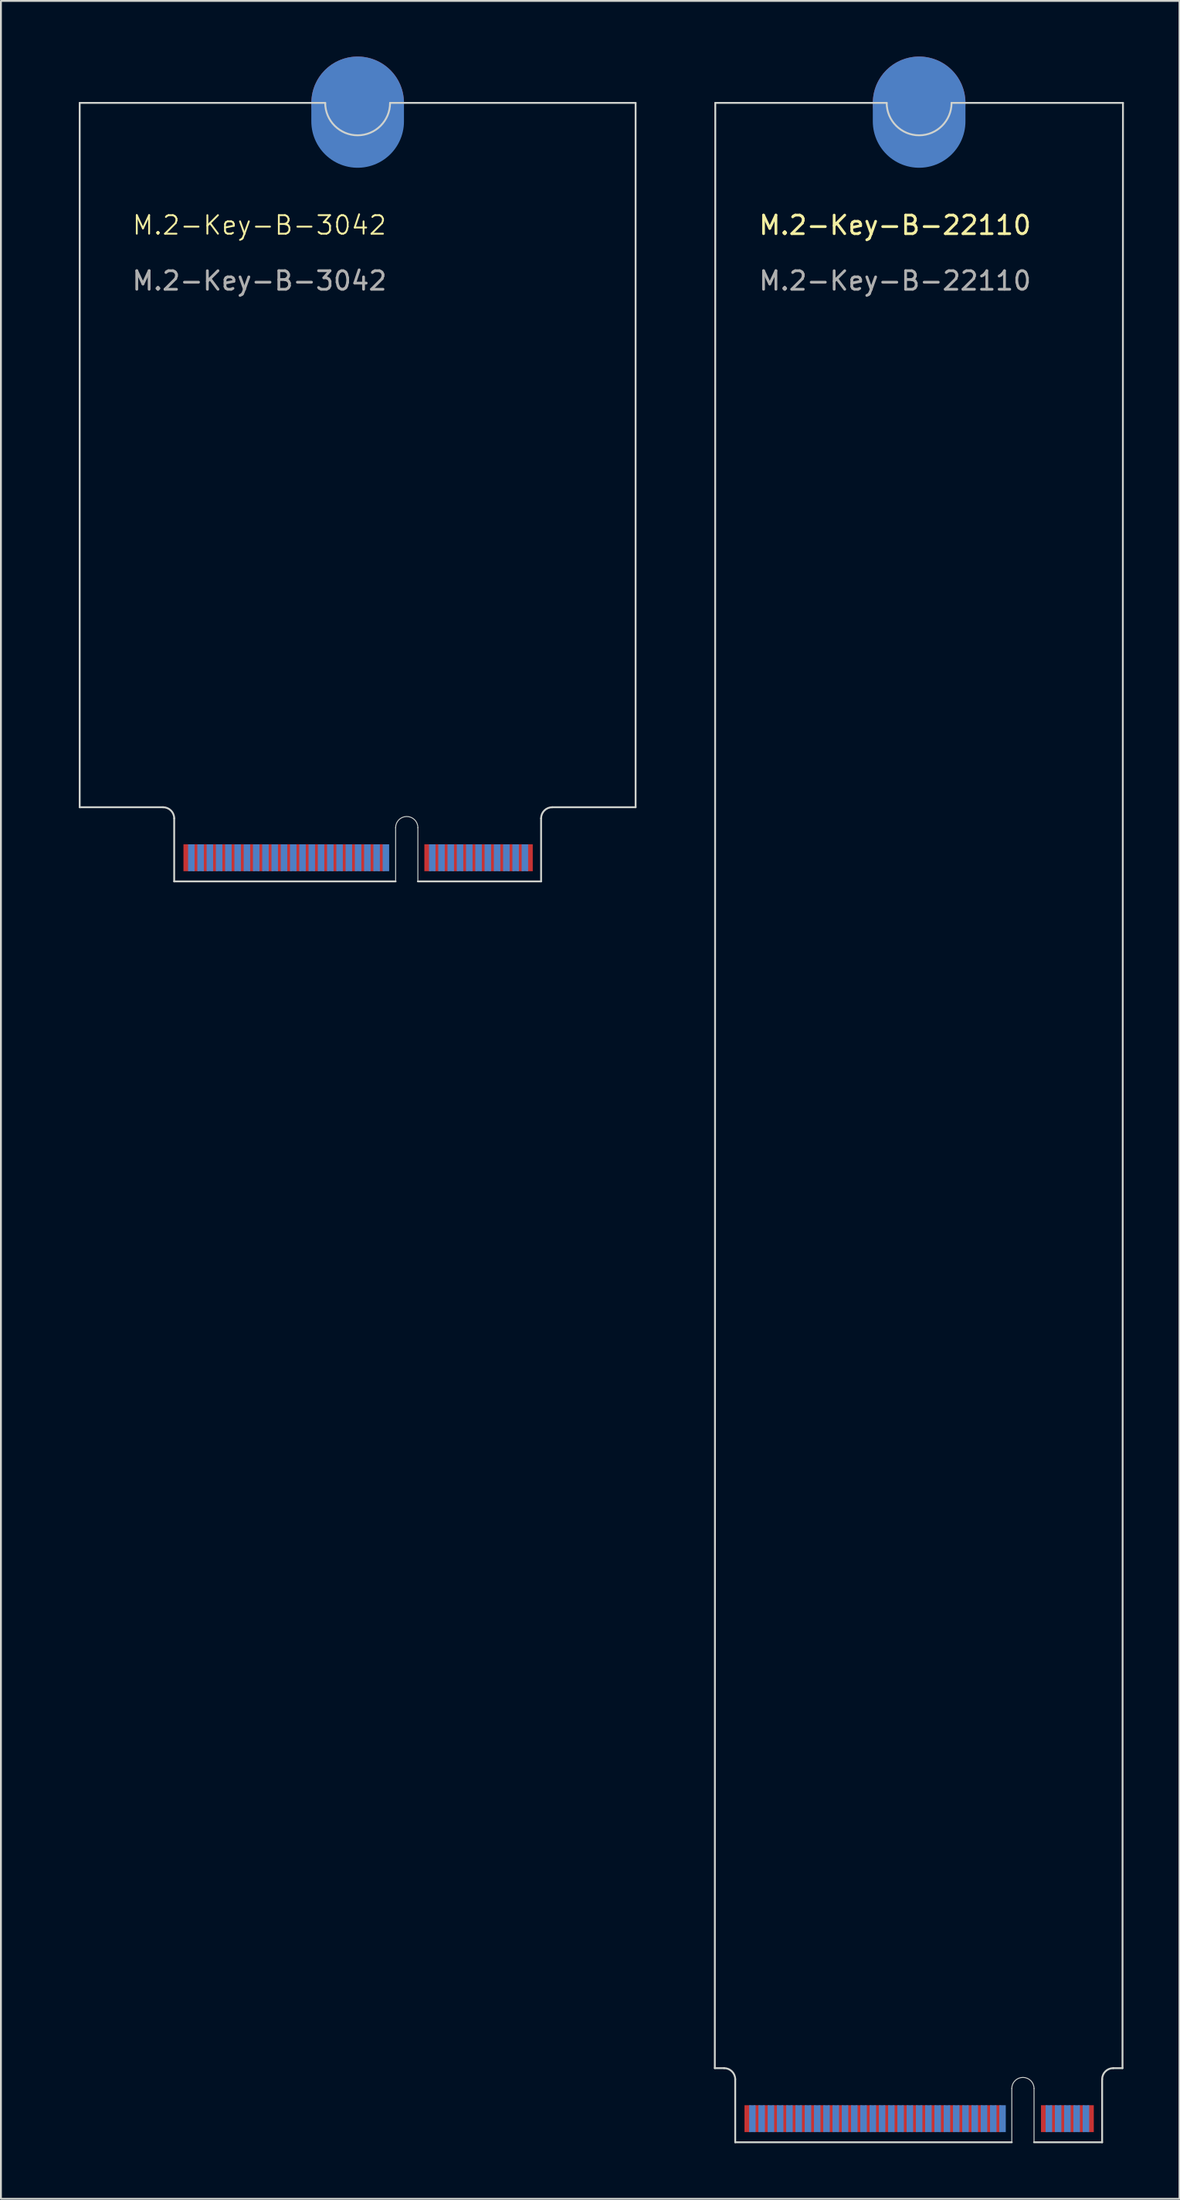
<source format=kicad_pcb>
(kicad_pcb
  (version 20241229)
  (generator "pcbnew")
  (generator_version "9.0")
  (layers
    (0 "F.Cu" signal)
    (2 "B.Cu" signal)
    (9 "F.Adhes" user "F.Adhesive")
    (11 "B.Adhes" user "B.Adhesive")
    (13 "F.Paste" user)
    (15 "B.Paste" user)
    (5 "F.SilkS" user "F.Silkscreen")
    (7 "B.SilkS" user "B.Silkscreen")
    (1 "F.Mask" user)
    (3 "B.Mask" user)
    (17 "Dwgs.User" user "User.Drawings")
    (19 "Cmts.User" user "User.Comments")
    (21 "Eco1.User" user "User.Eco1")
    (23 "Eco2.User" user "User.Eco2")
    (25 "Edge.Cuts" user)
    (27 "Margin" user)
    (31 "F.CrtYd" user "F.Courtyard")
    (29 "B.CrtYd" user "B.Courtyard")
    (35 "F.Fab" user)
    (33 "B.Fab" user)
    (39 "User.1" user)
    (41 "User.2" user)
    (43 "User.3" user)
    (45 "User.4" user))
  (footprint "M.2-Key-B-3042"
    (layer "F.Cu")
    (at 0.25 1.5)
    (property "Reference" "M.2-Key-B-3042" (at 10.7 7.6 0) (unlocked yes) (layer "F.SilkS") (effects (font (size 1 1) (thickness 0.1))))
    (attr exclude_from_pos_files exclude_from_bom allow_missing_courtyard)
    (fp_line (start 1 1) (end 1 39) (stroke (width 0.1) (type default)) (layer "Edge.Cuts"))
    (fp_line (start 1 1) (end 14.25 1) (stroke (width 0.1) (type default)) (layer "Edge.Cuts"))
    (fp_line (start 1 39) (end 5.5 39) (stroke (width 0.1) (type default)) (layer "Edge.Cuts"))
    (fp_line (start 6.1 39.6) (end 6.1 43) (stroke (width 0.1) (type default)) (layer "Edge.Cuts"))
    (fp_line (start 6.1 43) (end 18.05 43) (stroke (width 0.1) (type default)) (layer "Edge.Cuts"))
    (fp_line (start 17.75 1) (end 31 1) (stroke (width 0.1) (type default)) (layer "Edge.Cuts"))
    (fp_line (start 18.05 43) (end 18.05 40.1) (stroke (width 0.05) (type default)) (layer "Edge.Cuts"))
    (fp_line (start 19.25 40.1) (end 19.25 43) (stroke (width 0.05) (type default)) (layer "Edge.Cuts"))
    (fp_line (start 19.25 43) (end 25.9 43) (stroke (width 0.1) (type default)) (layer "Edge.Cuts"))
    (fp_line (start 25.9 39.6) (end 25.9 43) (stroke (width 0.1) (type default)) (layer "Edge.Cuts"))
    (fp_line (start 31 1) (end 31 39) (stroke (width 0.1) (type default)) (layer "Edge.Cuts"))
    (fp_line (start 31 39) (end 26.5 39) (stroke (width 0.1) (type default)) (layer "Edge.Cuts"))
    (fp_arc (start 5.5 39) (mid 5.924264 39.175736) (end 6.1 39.6) (stroke (width 0.1) (type default)) (layer "Edge.Cuts"))
    (fp_arc (start 17.75 1) (mid 16 2.75) (end 14.25 1) (stroke (width 0.1) (type default)) (layer "Edge.Cuts"))
    (fp_arc (start 18.05 40.1) (mid 18.65 39.5) (end 19.25 40.1) (stroke (width 0.05) (type default)) (layer "Edge.Cuts"))
    (fp_arc (start 25.9 39.6) (mid 26.075736 39.175736) (end 26.5 39) (stroke (width 0.1) (type default)) (layer "Edge.Cuts"))
    (fp_text user "${REFERENCE}" (at 10.7 10.6 0) (unlocked yes) (layer "F.Fab") (effects (font (size 1 1) (thickness 0.15))))
    (pad "1" connect rect (at 25.275 41.725) (size 0.35 1.45) (layers "F.Cu" "F.Mask"))
    (pad "2" connect rect (at 25.025 41.725) (size 0.35 1.45) (layers "B.Cu" "B.Mask"))
    (pad "3" connect rect (at 24.775 41.725) (size 0.35 1.45) (layers "F.Cu" "F.Mask"))
    (pad "4" connect rect (at 24.525 41.725) (size 0.35 1.45) (layers "B.Cu" "B.Mask"))
    (pad "5" connect rect (at 24.275 41.725) (size 0.35 1.45) (layers "F.Cu" "F.Mask"))
    (pad "6" connect rect (at 24.025 41.725) (size 0.35 1.45) (layers "B.Cu" "B.Mask"))
    (pad "7" connect rect (at 23.775 41.725) (size 0.35 1.45) (layers "F.Cu" "F.Mask"))
    (pad "8" connect rect (at 23.525 41.725) (size 0.35 1.45) (layers "B.Cu" "B.Mask"))
    (pad "9" connect rect (at 23.275 41.725) (size 0.35 1.45) (layers "F.Cu" "F.Mask"))
    (pad "10" connect rect (at 23.025 41.725) (size 0.35 1.45) (layers "B.Cu" "B.Mask"))
    (pad "11" connect rect (at 22.775 41.725) (size 0.35 1.45) (layers "F.Cu" "F.Mask"))
    (pad "12" connect rect (at 22.525 41.725) (size 0.35 1.45) (layers "B.Cu" "B.Mask"))
    (pad "13" connect rect (at 22.275 41.725) (size 0.35 1.45) (layers "F.Cu" "F.Mask"))
    (pad "14" connect rect (at 22.025 41.725) (size 0.35 1.45) (layers "B.Cu" "B.Mask"))
    (pad "15" connect rect (at 21.775 41.725) (size 0.35 1.45) (layers "F.Cu" "F.Mask"))
    (pad "16" connect rect (at 21.525 41.725) (size 0.35 1.45) (layers "B.Cu" "B.Mask"))
    (pad "17" connect rect (at 21.275 41.725) (size 0.35 1.45) (layers "F.Cu" "F.Mask"))
    (pad "18" connect rect (at 21.025 41.725) (size 0.35 1.45) (layers "B.Cu" "B.Mask"))
    (pad "19" connect rect (at 20.775 41.725) (size 0.35 1.45) (layers "F.Cu" "F.Mask"))
    (pad "20" connect rect (at 20.525 41.725) (size 0.35 1.45) (layers "B.Cu" "B.Mask"))
    (pad "21" connect rect (at 20.275 41.725) (size 0.35 1.45) (layers "F.Cu" "F.Mask"))
    (pad "22" connect rect (at 20.025 41.725) (size 0.35 1.45) (layers "B.Cu" "B.Mask"))
    (pad "23" connect rect (at 19.775 41.725) (size 0.35 1.45) (layers "F.Cu" "F.Mask"))
    (pad "32" connect rect (at 17.525 41.725) (size 0.35 1.45) (layers "B.Cu" "B.Mask"))
    (pad "33" connect rect (at 17.275 41.725) (size 0.35 1.45) (layers "F.Cu" "F.Mask"))
    (pad "34" connect rect (at 17.025 41.725) (size 0.35 1.45) (layers "B.Cu" "B.Mask"))
    (pad "35" connect rect (at 16.775 41.725) (size 0.35 1.45) (layers "F.Cu" "F.Mask"))
    (pad "36" connect rect (at 16.525 41.725) (size 0.35 1.45) (layers "B.Cu" "B.Mask"))
    (pad "37" connect rect (at 16.275 41.725) (size 0.35 1.45) (layers "F.Cu" "F.Mask"))
    (pad "38" connect rect (at 16.025 41.725) (size 0.35 1.45) (layers "B.Cu" "B.Mask"))
    (pad "39" connect rect (at 15.775 41.725) (size 0.35 1.45) (layers "F.Cu" "F.Mask"))
    (pad "40" connect rect (at 15.525 41.725) (size 0.35 1.45) (layers "B.Cu" "B.Mask"))
    (pad "41" connect rect (at 15.275 41.725) (size 0.35 1.45) (layers "F.Cu" "F.Mask"))
    (pad "42" connect rect (at 15.025 41.725) (size 0.35 1.45) (layers "B.Cu" "B.Mask"))
    (pad "43" connect rect (at 14.775 41.725) (size 0.35 1.45) (layers "F.Cu" "F.Mask"))
    (pad "44" connect rect (at 14.525 41.725) (size 0.35 1.45) (layers "B.Cu" "B.Mask"))
    (pad "45" connect rect (at 14.275 41.725) (size 0.35 1.45) (layers "F.Cu" "F.Mask"))
    (pad "46" connect rect (at 14.025 41.725) (size 0.35 1.45) (layers "B.Cu" "B.Mask"))
    (pad "47" connect rect (at 13.775 41.725) (size 0.35 1.45) (layers "F.Cu" "F.Mask"))
    (pad "48" connect rect (at 13.525 41.725) (size 0.35 1.45) (layers "B.Cu" "B.Mask"))
    (pad "49" connect rect (at 13.275 41.725) (size 0.35 1.45) (layers "F.Cu" "F.Mask"))
    (pad "50" connect rect (at 13.025 41.725) (size 0.35 1.45) (layers "B.Cu" "B.Mask"))
    (pad "51" connect rect (at 12.775 41.725) (size 0.35 1.45) (layers "F.Cu" "F.Mask"))
    (pad "52" connect rect (at 12.525 41.725) (size 0.35 1.45) (layers "B.Cu" "B.Mask"))
    (pad "53" connect rect (at 12.275 41.725) (size 0.35 1.45) (layers "F.Cu" "F.Mask"))
    (pad "54" connect rect (at 12.025 41.725) (size 0.35 1.45) (layers "B.Cu" "B.Mask"))
    (pad "55" connect rect (at 11.775 41.725) (size 0.35 1.45) (layers "F.Cu" "F.Mask"))
    (pad "56" connect rect (at 11.525 41.725) (size 0.35 1.45) (layers "B.Cu" "B.Mask"))
    (pad "57" connect rect (at 11.275 41.725) (size 0.35 1.45) (layers "F.Cu" "F.Mask"))
    (pad "58" connect rect (at 11.025 41.725) (size 0.35 1.45) (layers "B.Cu" "B.Mask"))
    (pad "59" connect rect (at 10.775 41.725) (size 0.35 1.45) (layers "F.Cu" "F.Mask"))
    (pad "60" connect rect (at 10.525 41.725) (size 0.35 1.45) (layers "B.Cu" "B.Mask"))
    (pad "61" connect rect (at 10.275 41.725) (size 0.35 1.45) (layers "F.Cu" "F.Mask"))
    (pad "62" connect rect (at 10.025 41.725) (size 0.35 1.45) (layers "B.Cu" "B.Mask"))
    (pad "63" connect rect (at 9.775 41.725) (size 0.35 1.45) (layers "F.Cu" "F.Mask"))
    (pad "64" connect rect (at 9.525 41.725) (size 0.35 1.45) (layers "B.Cu" "B.Mask"))
    (pad "65" connect rect (at 9.275 41.725) (size 0.35 1.45) (layers "F.Cu" "F.Mask"))
    (pad "66" connect rect (at 9.025 41.725) (size 0.35 1.45) (layers "B.Cu" "B.Mask"))
    (pad "67" connect rect (at 8.775 41.725) (size 0.35 1.45) (layers "F.Cu" "F.Mask"))
    (pad "68" connect rect (at 8.525 41.725) (size 0.35 1.45) (layers "B.Cu" "B.Mask"))
    (pad "69" connect rect (at 8.275 41.725) (size 0.35 1.45) (layers "F.Cu" "F.Mask"))
    (pad "70" connect rect (at 8.025 41.725) (size 0.35 1.45) (layers "B.Cu" "B.Mask"))
    (pad "71" connect rect (at 7.775 41.725) (size 0.35 1.45) (layers "F.Cu" "F.Mask"))
    (pad "72" connect rect (at 7.525 41.725) (size 0.35 1.45) (layers "B.Cu" "B.Mask"))
    (pad "73" connect rect (at 7.275 41.725) (size 0.35 1.45) (layers "F.Cu" "F.Mask"))
    (pad "74" connect rect (at 7.025 41.725) (size 0.35 1.45) (layers "B.Cu" "B.Mask"))
    (pad "75" connect rect (at 6.775 41.725) (size 0.35 1.45) (layers "F.Cu" "F.Mask"))
    (pad "76" connect circle (at 16 1) (size 5 5) (layers "F.Cu" "F.Mask"))
    (pad "76" connect oval (at 16 1.5) (size 5 6) (layers "B.Cu" "B.Mask"))
    (zone (net_name "") (layer "F.Cu") (name "TOP COMPONENT KEEPOUT") (hatch edge 0.5) (connect_pads) (min_thickness 0.25) (filled_areas_thickness no) (keepout (tracks allowed) (vias allowed) (pads allowed) (copperpour allowed) (footprints not_allowed)) (placement (enabled no)) (fill) (polygon (pts (xy 6.35 44.5) (xy 6.35 40.5) (xy 26.15 40.5) (xy 26.15 44.5))))
    (zone (net_name "") (layer "B.Cu") (name "BOTTOM COMPONENT KEEPOUT") (hatch edge 0.5) (connect_pads) (min_thickness 0.25) (filled_areas_thickness no) (keepout (tracks allowed) (vias allowed) (pads allowed) (copperpour allowed) (footprints not_allowed)) (placement (enabled no)) (fill) (polygon (pts (xy 6.35 44.5) (xy 26.15 44.5) (xy 26.15 40.5) (xy 27.25 40.5) (xy 27.25 39.3) (xy 5.25 39.3) (xy 5.25 40.5) (xy 6.35 40.5)))))
  (footprint "M.2-Key-B-22110"
    (layer "F.Cu")
    (at 34.55 1.5)
    (property "Reference" "M.2-Key-B-22110" (at 10.7 7.6 0) (unlocked yes) (layer "F.SilkS") (effects (font (size 1 1) (thickness 0.15))))
    (attr exclude_from_pos_files exclude_from_bom allow_missing_courtyard)
    (fp_line (start 0.976 107.024) (end 1.476 107.024) (stroke (width 0.1) (type default)) (layer "Edge.Cuts"))
    (fp_line (start 1 1) (end 0.975 107.025) (stroke (width 0.1) (type default)) (layer "Edge.Cuts"))
    (fp_line (start 1 1) (end 10.25 1) (stroke (width 0.1) (type default)) (layer "Edge.Cuts"))
    (fp_line (start 2.076 107.624) (end 2.076 111.024) (stroke (width 0.1) (type default)) (layer "Edge.Cuts"))
    (fp_line (start 2.076 111.024) (end 17.001 111.024) (stroke (width 0.1) (type default)) (layer "Edge.Cuts"))
    (fp_line (start 17.001 111.024) (end 17.001 108.124) (stroke (width 0.05) (type default)) (layer "Edge.Cuts"))
    (fp_line (start 18.201 108.124) (end 18.201 111.024) (stroke (width 0.05) (type default)) (layer "Edge.Cuts"))
    (fp_line (start 18.201 111.024) (end 21.876 111.024) (stroke (width 0.1) (type default)) (layer "Edge.Cuts"))
    (fp_line (start 21.876 107.624) (end 21.876 111.024) (stroke (width 0.1) (type default)) (layer "Edge.Cuts"))
    (fp_line (start 22.975 107.025) (end 22.475 107.025) (stroke (width 0.1) (type default)) (layer "Edge.Cuts"))
    (fp_line (start 23 1) (end 13.75 1) (stroke (width 0.1) (type default)) (layer "Edge.Cuts"))
    (fp_line (start 23 1) (end 22.975 107.025) (stroke (width 0.1) (type default)) (layer "Edge.Cuts"))
    (fp_arc (start 1.475736 107.024264) (mid 1.9 107.2) (end 2.075736 107.624264) (stroke (width 0.1) (type default)) (layer "Edge.Cuts"))
    (fp_arc (start 13.75 1) (mid 12 2.75) (end 10.25 1) (stroke (width 0.1) (type default)) (layer "Edge.Cuts"))
    (fp_arc (start 17.000736 108.124264) (mid 17.600736 107.524264) (end 18.200736 108.124264) (stroke (width 0.05) (type default)) (layer "Edge.Cuts"))
    (fp_arc (start 21.875736 107.624264) (mid 22.051487 107.200036) (end 22.475736 107.024264) (stroke (width 0.1) (type default)) (layer "Edge.Cuts"))
    (fp_text user "${REFERENCE}" (at 10.7 10.6 0) (unlocked yes) (layer "F.Fab") (effects (font (size 1 1) (thickness 0.15))))
    (pad "1" connect rect (at 21.251 109.749) (size 0.35 1.45) (layers "F.Cu" "F.Mask"))
    (pad "2" connect rect (at 21.001 109.749) (size 0.35 1.45) (layers "B.Cu" "B.Mask"))
    (pad "3" connect rect (at 20.751 109.749) (size 0.35 1.45) (layers "F.Cu" "F.Mask"))
    (pad "4" connect rect (at 20.501 109.749) (size 0.35 1.45) (layers "B.Cu" "B.Mask"))
    (pad "5" connect rect (at 20.251 109.749) (size 0.35 1.45) (layers "F.Cu" "F.Mask"))
    (pad "6" connect rect (at 20.001 109.749) (size 0.35 1.45) (layers "B.Cu" "B.Mask"))
    (pad "7" connect rect (at 19.751 109.749) (size 0.35 1.45) (layers "F.Cu" "F.Mask"))
    (pad "8" connect rect (at 19.501 109.749) (size 0.35 1.45) (layers "B.Cu" "B.Mask"))
    (pad "9" connect rect (at 19.251 109.749) (size 0.35 1.45) (layers "F.Cu" "F.Mask"))
    (pad "10" connect rect (at 19.001 109.749) (size 0.35 1.45) (layers "B.Cu" "B.Mask"))
    (pad "11" connect rect (at 18.751 109.749) (size 0.35 1.45) (layers "F.Cu" "F.Mask"))
    (pad "20" connect rect (at 16.501 109.749) (size 0.35 1.45) (layers "B.Cu" "B.Mask"))
    (pad "21" connect rect (at 16.251 109.749) (size 0.35 1.45) (layers "F.Cu" "F.Mask"))
    (pad "22" connect rect (at 16.001 109.749) (size 0.35 1.45) (layers "B.Cu" "B.Mask"))
    (pad "23" connect rect (at 15.751 109.749) (size 0.35 1.45) (layers "F.Cu" "F.Mask"))
    (pad "24" connect rect (at 15.501 109.749) (size 0.35 1.45) (layers "B.Cu" "B.Mask"))
    (pad "25" connect rect (at 15.251 109.749) (size 0.35 1.45) (layers "F.Cu" "F.Mask"))
    (pad "26" connect rect (at 15.001 109.749) (size 0.35 1.45) (layers "B.Cu" "B.Mask"))
    (pad "27" connect rect (at 14.751 109.749) (size 0.35 1.45) (layers "F.Cu" "F.Mask"))
    (pad "28" connect rect (at 14.501 109.749) (size 0.35 1.45) (layers "B.Cu" "B.Mask"))
    (pad "29" connect rect (at 14.251 109.749) (size 0.35 1.45) (layers "F.Cu" "F.Mask"))
    (pad "30" connect rect (at 14.001 109.749) (size 0.35 1.45) (layers "B.Cu" "B.Mask"))
    (pad "31" connect rect (at 13.751 109.749) (size 0.35 1.45) (layers "F.Cu" "F.Mask"))
    (pad "32" connect rect (at 13.501 109.749) (size 0.35 1.45) (layers "B.Cu" "B.Mask"))
    (pad "33" connect rect (at 13.251 109.749) (size 0.35 1.45) (layers "F.Cu" "F.Mask"))
    (pad "34" connect rect (at 13.001 109.749) (size 0.35 1.45) (layers "B.Cu" "B.Mask"))
    (pad "35" connect rect (at 12.751 109.749) (size 0.35 1.45) (layers "F.Cu" "F.Mask"))
    (pad "36" connect rect (at 12.501 109.749) (size 0.35 1.45) (layers "B.Cu" "B.Mask"))
    (pad "37" connect rect (at 12.251 109.749) (size 0.35 1.45) (layers "F.Cu" "F.Mask"))
    (pad "38" connect rect (at 12.001 109.749) (size 0.35 1.45) (layers "B.Cu" "B.Mask"))
    (pad "39" connect rect (at 11.751 109.749) (size 0.35 1.45) (layers "F.Cu" "F.Mask"))
    (pad "40" connect rect (at 11.501 109.749) (size 0.35 1.45) (layers "B.Cu" "B.Mask"))
    (pad "41" connect rect (at 11.251 109.749) (size 0.35 1.45) (layers "F.Cu" "F.Mask"))
    (pad "42" connect rect (at 11.001 109.749) (size 0.35 1.45) (layers "B.Cu" "B.Mask"))
    (pad "43" connect rect (at 10.751 109.749) (size 0.35 1.45) (layers "F.Cu" "F.Mask"))
    (pad "44" connect rect (at 10.501 109.749) (size 0.35 1.45) (layers "B.Cu" "B.Mask"))
    (pad "45" connect rect (at 10.251 109.749) (size 0.35 1.45) (layers "F.Cu" "F.Mask"))
    (pad "46" connect rect (at 10.001 109.749) (size 0.35 1.45) (layers "B.Cu" "B.Mask"))
    (pad "47" connect rect (at 9.751 109.749) (size 0.35 1.45) (layers "F.Cu" "F.Mask"))
    (pad "48" connect rect (at 9.501 109.749) (size 0.35 1.45) (layers "B.Cu" "B.Mask"))
    (pad "49" connect rect (at 9.251 109.749) (size 0.35 1.45) (layers "F.Cu" "F.Mask"))
    (pad "50" connect rect (at 9.001 109.749) (size 0.35 1.45) (layers "B.Cu" "B.Mask"))
    (pad "51" connect rect (at 8.751 109.749) (size 0.35 1.45) (layers "F.Cu" "F.Mask"))
    (pad "52" connect rect (at 8.501 109.749) (size 0.35 1.45) (layers "B.Cu" "B.Mask"))
    (pad "53" connect rect (at 8.251 109.749) (size 0.35 1.45) (layers "F.Cu" "F.Mask"))
    (pad "54" connect rect (at 8.001 109.749) (size 0.35 1.45) (layers "B.Cu" "B.Mask"))
    (pad "55" connect rect (at 7.751 109.749) (size 0.35 1.45) (layers "F.Cu" "F.Mask"))
    (pad "56" connect rect (at 7.501 109.749) (size 0.35 1.45) (layers "B.Cu" "B.Mask"))
    (pad "57" connect rect (at 7.251 109.749) (size 0.35 1.45) (layers "F.Cu" "F.Mask"))
    (pad "58" connect rect (at 7.001 109.749) (size 0.35 1.45) (layers "B.Cu" "B.Mask"))
    (pad "59" connect rect (at 6.751 109.749) (size 0.35 1.45) (layers "F.Cu" "F.Mask"))
    (pad "60" connect rect (at 6.501 109.749) (size 0.35 1.45) (layers "B.Cu" "B.Mask"))
    (pad "61" connect rect (at 6.251 109.749) (size 0.35 1.45) (layers "F.Cu" "F.Mask"))
    (pad "62" connect rect (at 6.001 109.749) (size 0.35 1.45) (layers "B.Cu" "B.Mask"))
    (pad "63" connect rect (at 5.751 109.749) (size 0.35 1.45) (layers "F.Cu" "F.Mask"))
    (pad "64" connect rect (at 5.501 109.749) (size 0.35 1.45) (layers "B.Cu" "B.Mask"))
    (pad "65" connect rect (at 5.251 109.749) (size 0.35 1.45) (layers "F.Cu" "F.Mask"))
    (pad "66" connect rect (at 5.001 109.749) (size 0.35 1.45) (layers "B.Cu" "B.Mask"))
    (pad "67" connect rect (at 4.751 109.749) (size 0.35 1.45) (layers "F.Cu" "F.Mask"))
    (pad "68" connect rect (at 4.501 109.749) (size 0.35 1.45) (layers "B.Cu" "B.Mask"))
    (pad "69" connect rect (at 4.251 109.749) (size 0.35 1.45) (layers "F.Cu" "F.Mask"))
    (pad "70" connect rect (at 4.001 109.749) (size 0.35 1.45) (layers "B.Cu" "B.Mask"))
    (pad "71" connect rect (at 3.751 109.749) (size 0.35 1.45) (layers "F.Cu" "F.Mask"))
    (pad "72" connect rect (at 3.501 109.749) (size 0.35 1.45) (layers "B.Cu" "B.Mask"))
    (pad "73" connect rect (at 3.251 109.749) (size 0.35 1.45) (layers "F.Cu" "F.Mask"))
    (pad "74" connect rect (at 3.001 109.749) (size 0.35 1.45) (layers "B.Cu" "B.Mask"))
    (pad "75" connect rect (at 2.751 109.749) (size 0.35 1.45) (layers "F.Cu" "F.Mask"))
    (pad "76" connect circle (at 12 1) (size 5 5) (layers "F.Cu" "F.Mask"))
    (pad "76" connect oval (at 12 1.5) (size 5 6) (layers "B.Cu" "B.Mask"))
    (zone (net_name "") (layer "F.Cu") (name "TOP COMPONENT KEEPOUT") (hatch edge 0.5) (connect_pads) (min_thickness 0.25) (filled_areas_thickness no) (keepout (tracks allowed) (vias allowed) (pads allowed) (copperpour allowed) (footprints not_allowed)) (placement (enabled no)) (fill) (polygon (pts (xy 36.625 112.525) (xy 36.625 108.525) (xy 56.425 108.525) (xy 56.425 112.525))))
    (zone (net_name "") (layer "B.Cu") (name "BOTTOM COMPONENT KEEPOUT") (hatch edge 0.5) (connect_pads) (min_thickness 0.25) (filled_areas_thickness no) (keepout (tracks allowed) (vias allowed) (pads allowed) (copperpour allowed) (footprints not_allowed)) (placement (enabled no)) (fill) (polygon (pts (xy 36.625 112.525) (xy 56.425 112.525) (xy 56.425 108.525) (xy 57.525 108.525) (xy 57.525 107.325) (xy 35.525 107.325) (xy 35.525 108.525) (xy 36.625 108.525)))))
  (gr_rect
    (start -3 -3)
    (end 60.6 115.574)
    (stroke (width 0.1) (type default))
    (fill no)
    (layer "Edge.Cuts")))
</source>
